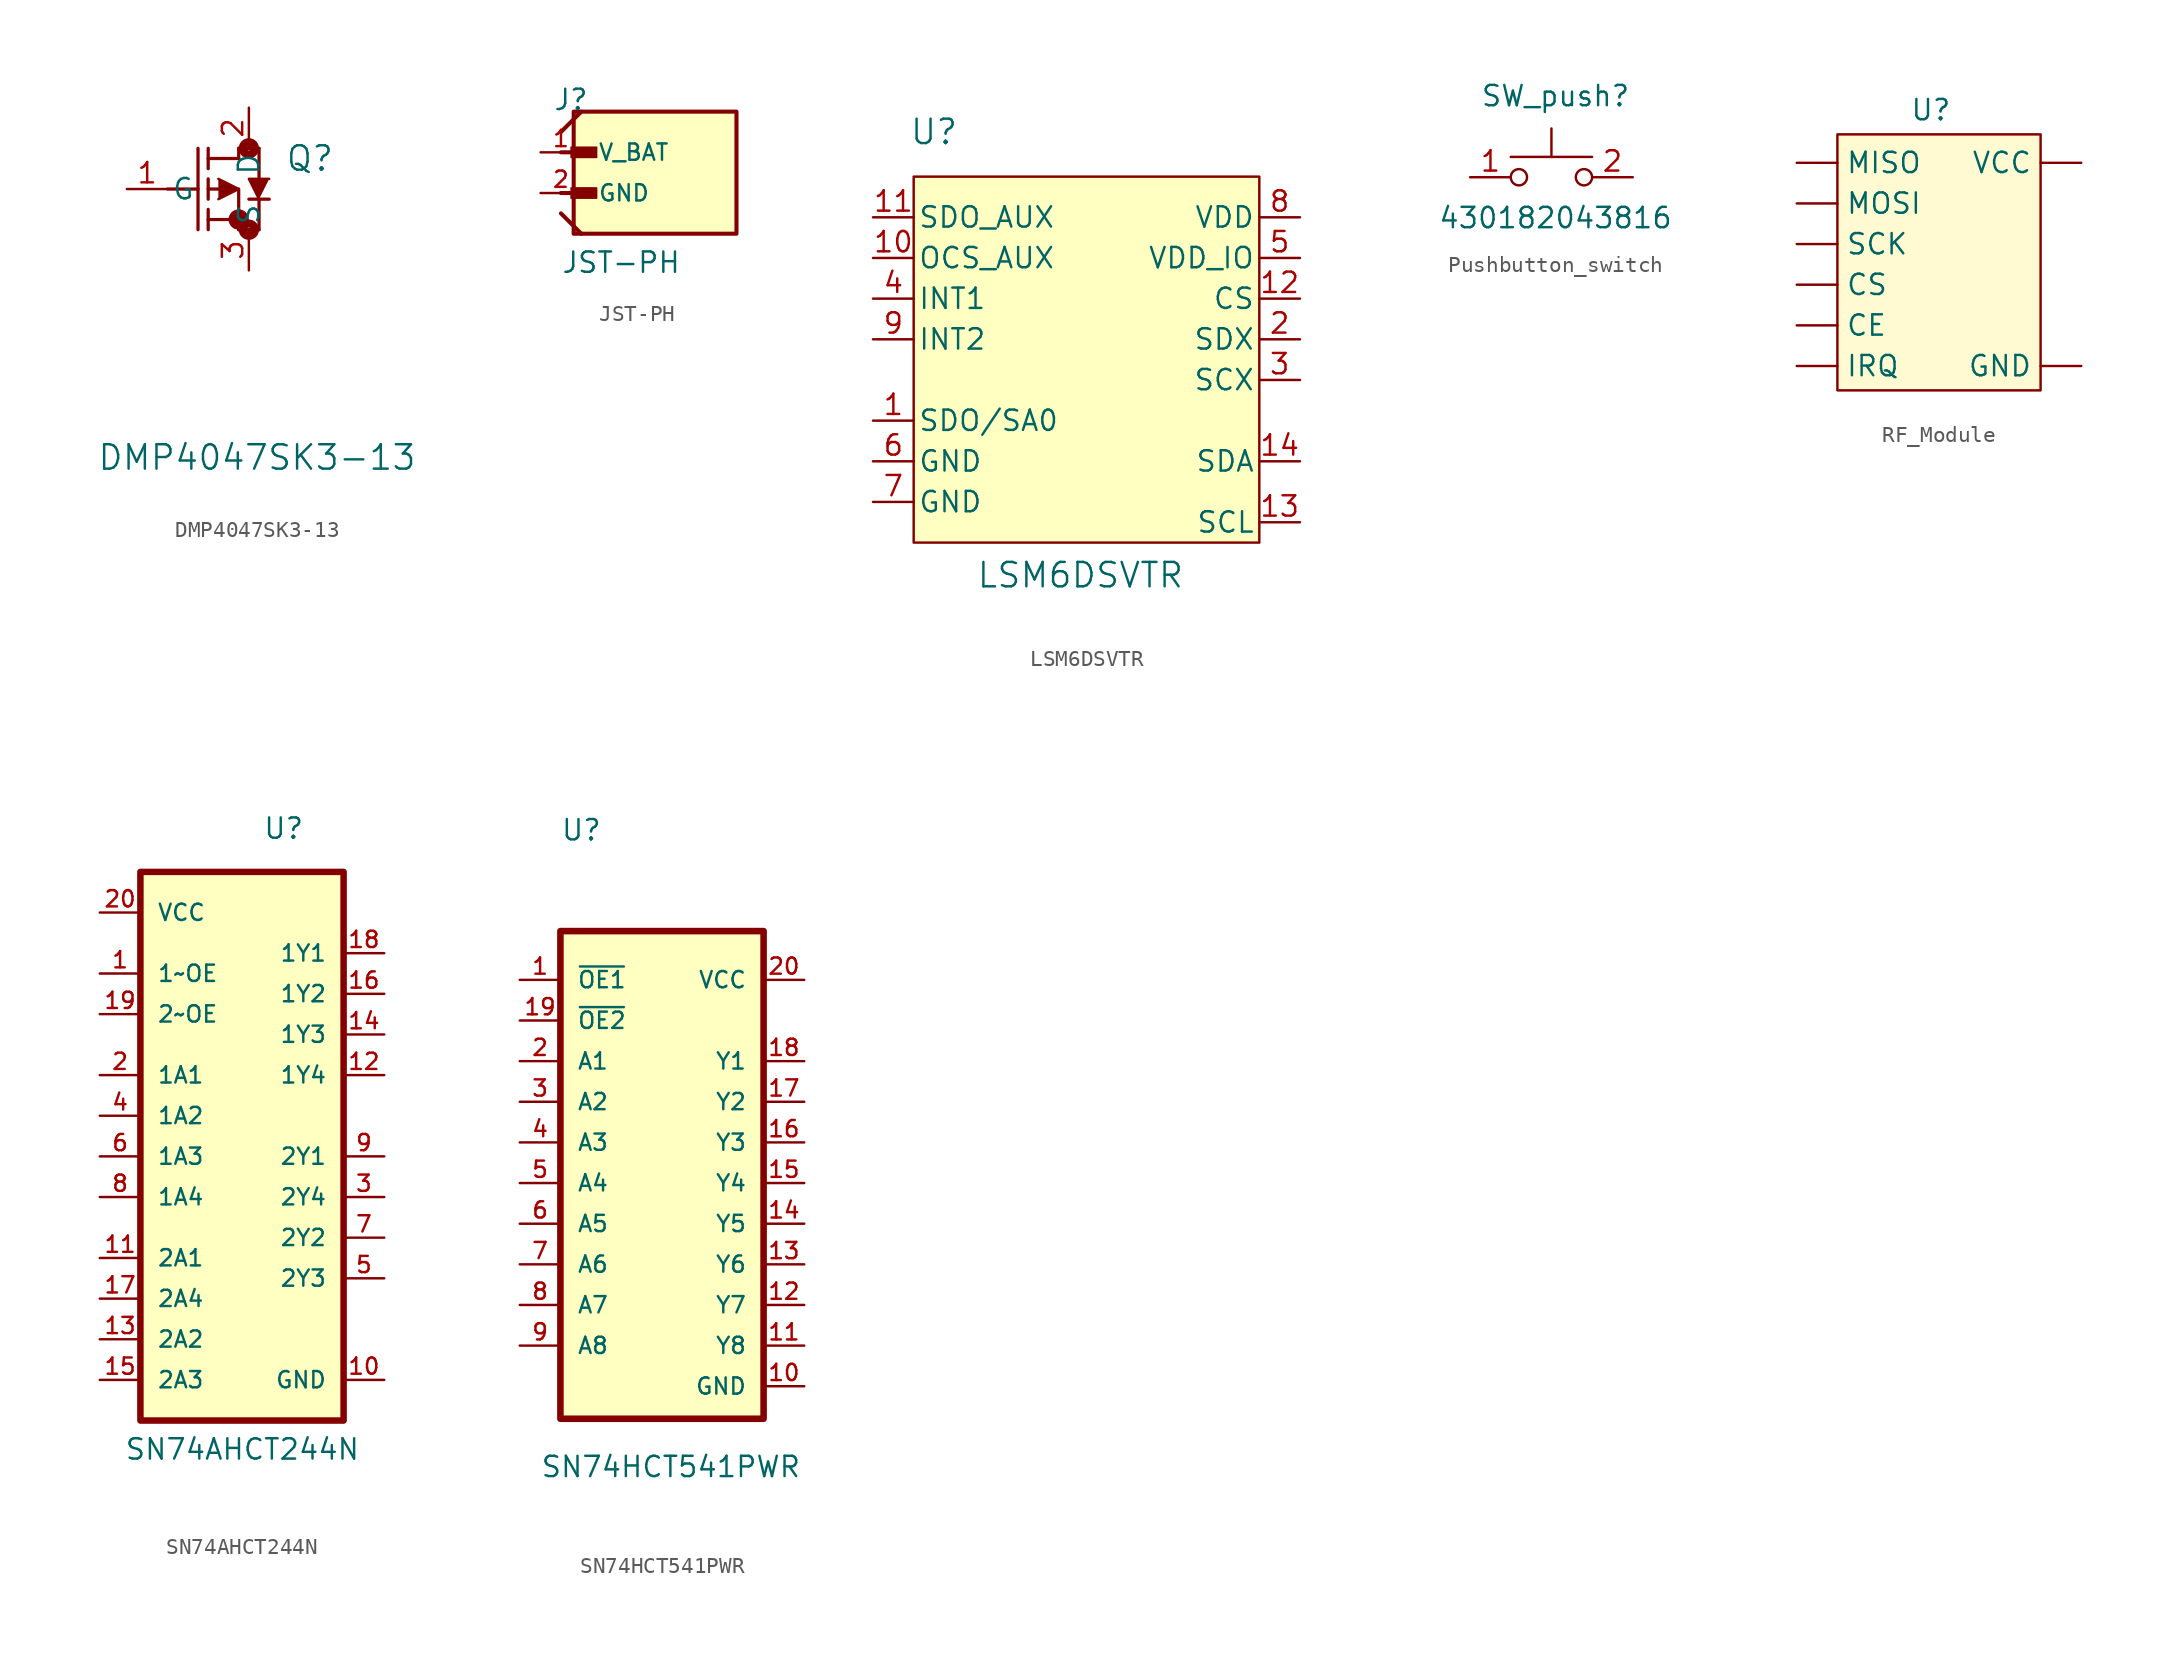
<source format=kicad_sym>
(kicad_symbol_lib
  (version 20241209)
  (generator "kicad_symbol_editor")
  (generator_version "9.0")
  (symbol "DMP4047SK3-13"
    (pin_names
      (offset 0.254))
    (property "Reference" "Q"
      (at 11.43 1.905 0)
      (effects (font (size 1.524 1.524))))
    (property "Value" "DMP4047SK3-13"
      (at 8.128 -16.764 0)
      (effects (font (size 1.524 1.524))))
    (symbol "DMP4047SK3-13_0_1"
      (polyline (pts (xy 2.54 0) (xy 4.445 0)) (stroke (width 0.203) (type default)) (fill (type none)))
      (polyline (pts (xy 4.445 -2.54) (xy 4.445 2.54)) (stroke (width 0.203) (type default)) (fill (type none)))
      (polyline (pts (xy 5.08 1.905) (xy 6.985 1.905)) (stroke (width 0.203) (type default)) (fill (type none)))
      (polyline (pts (xy 5.08 1.27) (xy 5.08 2.54)) (stroke (width 0.203) (type default)) (fill (type none)))
      (polyline (pts (xy 5.08 0) (xy 5.715 0)) (stroke (width 0.203) (type default)) (fill (type none)))
      (polyline (pts (xy 5.08 -0.635) (xy 5.08 0.635)) (stroke (width 0.203) (type default)) (fill (type none)))
      (polyline (pts (xy 5.08 -1.905) (xy 7.112 -1.905)) (stroke (width 0.203) (type default)) (fill (type none)))
      (polyline (pts (xy 5.08 -2.54) (xy 5.08 -1.27)) (stroke (width 0.203) (type default)) (fill (type none)))
      (polyline (pts (xy 5.715 0.635) (xy 6.985 0) (xy 5.715 -0.635)) (stroke (width 0) (type default)) (fill (type outline)))
      (polyline (pts (xy 6.985 2.54) (xy 8.255 2.54)) (stroke (width 0.203) (type default)) (fill (type none)))
      (polyline (pts (xy 6.985 1.905) (xy 6.985 2.54)) (stroke (width 0.203) (type default)) (fill (type none)))
      (circle (center 6.985 -1.905) (radius 0.127) (stroke (width 0.508) (type default)) (fill (type none)))
      (polyline (pts (xy 6.985 -2.54) (xy 6.985 0)) (stroke (width 0.203) (type default)) (fill (type none)))
      (polyline (pts (xy 6.985 -2.54) (xy 8.255 -2.54)) (stroke (width 0.203) (type default)) (fill (type none)))
      (circle (center 7.62 2.54) (radius 0.127) (stroke (width 0.508) (type default)) (fill (type none)))
      (circle (center 7.62 -2.54) (radius 0.127) (stroke (width 0.508) (type default)) (fill (type none)))
      (polyline (pts (xy 8.255 0.635) (xy 8.255 2.54)) (stroke (width 0.203) (type default)) (fill (type none)))
      (polyline (pts (xy 8.255 -2.54) (xy 8.255 -0.635)) (stroke (width 0.203) (type default)) (fill (type none)))
      (polyline (pts (xy 8.89 0.635) (xy 7.62 0.635) (xy 8.255 -0.635)) (stroke (width 0) (type default)) (fill (type outline)))
      (polyline (pts (xy 8.89 -0.635) (xy 7.62 -0.635)) (stroke (width 0.203) (type default)) (fill (type none))))
    (symbol "DMP4047SK3-13_1_1"
      (pin passive line (at 0 0 0) (length 2.54) (name "G" (effects (font (size 1.27 1.27)))) (number "1" (effects (font (size 1.27 1.27)))))
      (pin passive line (at 7.62 5.08 270) (length 2.54) (name "D" (effects (font (size 1.27 1.27)))) (number "2" (effects (font (size 1.27 1.27)))))
      (pin passive line (at 7.62 -5.08 90) (length 2.54) (name "S" (effects (font (size 1.27 1.27)))) (number "3" (effects (font (size 1.27 1.27)))))))
  (symbol "JST-PH"
    (pin_names
      (offset 1.016))
    (property "Reference" "J"
      (at -5.58 5.08 0)
      (effects (font (size 1.27 1.27)) (justify left bottom)))
    (property "Value" "JST-PH"
      (at -5.08 -5.08 0)
      (effects (font (size 1.27 1.27)) (justify left bottom)))
    (symbol "JST-PH_0_0"
      (polyline (pts (xy -5.08 3.81) (xy -3.81 5.08)) (stroke (width 0.254) (type default)) (fill (type none)))
      (polyline (pts (xy -5.08 2.54) (xy -3.175 2.54)) (stroke (width 0.254) (type default)) (fill (type none)))
      (polyline (pts (xy -5.08 0) (xy -3.175 0)) (stroke (width 0.254) (type default)) (fill (type none)))
      (polyline (pts (xy -5.08 -1.27) (xy -3.81 -2.54)) (stroke (width 0.254) (type default)) (fill (type none)))
      (rectangle (start -4.445 2.223) (end -2.857 2.857) (stroke (width 0.1) (type default)) (fill (type outline)))
      (rectangle (start -4.445 -0.318) (end -2.857 0.318) (stroke (width 0.1) (type default)) (fill (type outline)))
      (rectangle (start -4.286 -2.54) (end 5.874 5.08) (stroke (width 0.254) (type default)) (fill (type background)))
      (pin passive line (at -6.35 2.54 0) (length 2.54) (name "V_BAT" (effects (font (size 1.016 1.016)))) (number "1" (effects (font (size 1.016 1.016)))))
      (pin passive line (at -6.35 0 0) (length 2.54) (name "GND" (effects (font (size 1.016 1.016)))) (number "2" (effects (font (size 1.016 1.016)))))))
  (symbol "LSM6DSVTR"
    (pin_names
      (offset 0.254))
    (property "Reference" "U"
      (at 8.89 6.604 0)
      (effects (font (size 1.524 1.524))))
    (property "Value" "LSM6DSVTR"
      (at 18.034 -21.082 0)
      (effects (font (size 1.524 1.524))))
    (symbol "LSM6DSVTR_0_1"
      (pin power_in line (at 31.75 1.27 180) (length 2.54) (name "VDD" (effects (font (size 1.27 1.27)))) (number "8" (effects (font (size 1.27 1.27)))))
      (pin power_in line (at 31.75 -1.27 180) (length 2.54) (name "VDD_IO" (effects (font (size 1.27 1.27)))) (number "5" (effects (font (size 1.27 1.27))))))
    (symbol "LSM6DSVTR_1_1"
      (rectangle (start 7.62 3.81) (end 29.21 -19.05) (stroke (width 0) (type solid)) (fill (type color) (color 255 255 194 1)))
      (pin passive line (at 5.08 1.27 0) (length 2.54) (name "SDO_AUX" (effects (font (size 1.27 1.27)))) (number "11" (effects (font (size 1.27 1.27)))))
      (pin passive line (at 5.08 -1.27 0) (length 2.54) (name "OCS_AUX" (effects (font (size 1.27 1.27)))) (number "10" (effects (font (size 1.27 1.27)))))
      (pin output line (at 5.08 -3.81 0) (length 2.54) (name "INT1" (effects (font (size 1.27 1.27)))) (number "4" (effects (font (size 1.27 1.27)))))
      (pin output line (at 5.08 -6.35 0) (length 2.54) (name "INT2" (effects (font (size 1.27 1.27)))) (number "9" (effects (font (size 1.27 1.27)))))
      (pin passive line (at 5.08 -11.43 0) (length 2.54) (name "SDO/SA0" (effects (font (size 1.27 1.27)))) (number "1" (effects (font (size 1.27 1.27)))))
      (pin power_in line (at 5.08 -13.97 0) (length 2.54) (name "GND" (effects (font (size 1.27 1.27)))) (number "6" (effects (font (size 1.27 1.27)))))
      (pin power_in line (at 5.08 -16.51 0) (length 2.54) (name "GND" (effects (font (size 1.27 1.27)))) (number "7" (effects (font (size 1.27 1.27)))))
      (pin passive line (at 31.75 -3.81 180) (length 2.54) (name "CS" (effects (font (size 1.27 1.27)))) (number "12" (effects (font (size 1.27 1.27)))))
      (pin passive line (at 31.75 -6.35 180) (length 2.54) (name "SDX" (effects (font (size 1.27 1.27)))) (number "2" (effects (font (size 1.27 1.27)))))
      (pin passive line (at 31.75 -8.89 180) (length 2.54) (name "SCX" (effects (font (size 1.27 1.27)))) (number "3" (effects (font (size 1.27 1.27)))))
      (pin bidirectional line (at 31.75 -13.97 180) (length 2.54) (name "SDA" (effects (font (size 1.27 1.27)))) (number "14" (effects (font (size 1.27 1.27)))))
      (pin bidirectional line (at 31.75 -17.78 180) (length 2.54) (name "SCL" (effects (font (size 1.27 1.27)))) (number "13" (effects (font (size 1.27 1.27)))))))
  (symbol "Pushbutton_switch"
    (property "Reference" "SW_push"
      (at 0.254 7.62 0)
      (effects (font (size 1.27 1.27))))
    (property "Value" "430182043816"
      (at 0.254 0 0)
      (effects (font (size 1.27 1.27))))
    (symbol "Pushbutton_switch_0_1"
      (circle (center -2.032 2.54) (radius 0.508) (stroke (width 0) (type default)) (fill (type none)))
      (polyline (pts (xy 0 3.81) (xy 0 5.588)) (stroke (width 0) (type default)) (fill (type none)))
      (circle (center 2.032 2.54) (radius 0.508) (stroke (width 0) (type default)) (fill (type none)))
      (polyline (pts (xy 2.54 3.81) (xy -2.54 3.81)) (stroke (width 0) (type default)) (fill (type none))))
    (symbol "Pushbutton_switch_1_1"
      (pin passive line (at -5.08 2.54 0) (length 2.54) (name "" (effects (font (size 1.27 1.27)))) (number "1" (effects (font (size 1.27 1.27)))))
      (pin passive line (at 5.08 2.54 180) (length 2.54) (name "" (effects (font (size 1.27 1.27)))) (number "2" (effects (font (size 1.27 1.27)))))))
  (symbol "RF_Module"
    (property "Reference" "U"
      (at 2.032 -0.508 0)
      (effects (font (size 1.27 1.27))))
    (property "Value" ""
      (at 0 0 0)
      (effects (font (size 1.27 1.27))))
    (symbol "RF_Module_1_1"
      (rectangle (start -3.81 -2.032) (end 8.89 -18.034) (stroke (width 0) (type solid)) (fill (type color) (color 255 250 210 1)))
      (pin bidirectional line (at -6.35 -3.81 0) (length 2.54) (name "MISO" (effects (font (size 1.27 1.27)))) (number "" (effects (font (size 1.27 1.27)))))
      (pin bidirectional line (at -6.35 -6.35 0) (length 2.54) (name "MOSI" (effects (font (size 1.27 1.27)))) (number "" (effects (font (size 1.27 1.27)))))
      (pin bidirectional line (at -6.35 -8.89 0) (length 2.54) (name "SCK" (effects (font (size 1.27 1.27)))) (number "" (effects (font (size 1.27 1.27)))))
      (pin passive line (at -6.35 -11.43 0) (length 2.54) (name "CS" (effects (font (size 1.27 1.27)))) (number "" (effects (font (size 1.27 1.27)))))
      (pin passive line (at -6.35 -13.97 0) (length 2.54) (name "CE" (effects (font (size 1.27 1.27)))) (number "" (effects (font (size 1.27 1.27)))))
      (pin passive line (at -6.35 -16.51 0) (length 2.54) (name "IRQ" (effects (font (size 1.27 1.27)))) (number "" (effects (font (size 1.27 1.27)))))
      (pin power_in line (at 11.43 -3.81 180) (length 2.54) (name "VCC" (effects (font (size 1.27 1.27)))) (number "" (effects (font (size 1.27 1.27)))))
      (pin power_in line (at 11.43 -16.51 180) (length 2.54) (name "GND" (effects (font (size 1.27 1.27)))) (number "" (effects (font (size 1.27 1.27)))))))
  (symbol "SN74AHCT244N"
    (pin_names
      (offset 1.016))
    (property "Reference" "U"
      (at -5.058 22.292 0)
      (effects (font (size 1.27 1.27)) (justify left bottom)))
    (property "Value" "SN74AHCT244N"
      (at -13.716 -16.51 0)
      (effects (font (size 1.27 1.27)) (justify left bottom)))
    (symbol "SN74AHCT244N_0_0"
      (rectangle (start -12.7 20.32) (end 0 -13.97) (stroke (width 0.406) (type default)) (fill (type background)))
      (pin power_in line (at -15.24 17.78 0) (length 2.54) (name "VCC" (effects (font (size 1.016 1.016)))) (number "20" (effects (font (size 1.016 1.016)))))
      (pin input line (at -15.24 13.97 0) (length 2.54) (name "1~OE" (effects (font (size 1.016 1.016)))) (number "1" (effects (font (size 1.016 1.016)))))
      (pin input line (at -15.24 11.43 0) (length 2.54) (name "2~OE" (effects (font (size 1.016 1.016)))) (number "19" (effects (font (size 1.016 1.016)))))
      (pin input line (at -15.24 7.62 0) (length 2.54) (name "1A1" (effects (font (size 1.016 1.016)))) (number "2" (effects (font (size 1.016 1.016)))))
      (pin input line (at -15.24 5.08 0) (length 2.54) (name "1A2" (effects (font (size 1.016 1.016)))) (number "4" (effects (font (size 1.016 1.016)))))
      (pin input line (at -15.24 2.54 0) (length 2.54) (name "1A3" (effects (font (size 1.016 1.016)))) (number "6" (effects (font (size 1.016 1.016)))))
      (pin input line (at -15.24 0 0) (length 2.54) (name "1A4" (effects (font (size 1.016 1.016)))) (number "8" (effects (font (size 1.016 1.016)))))
      (pin input line (at -15.24 -3.81 0) (length 2.54) (name "2A1" (effects (font (size 1.016 1.016)))) (number "11" (effects (font (size 1.016 1.016)))))
      (pin input line (at -15.24 -6.35 0) (length 2.54) (name "2A4" (effects (font (size 1.016 1.016)))) (number "17" (effects (font (size 1.016 1.016)))))
      (pin input line (at -15.24 -8.89 0) (length 2.54) (name "2A2" (effects (font (size 1.016 1.016)))) (number "13" (effects (font (size 1.016 1.016)))))
      (pin input line (at -15.24 -11.43 0) (length 2.54) (name "2A3" (effects (font (size 1.016 1.016)))) (number "15" (effects (font (size 1.016 1.016)))))
      (pin output line (at 2.54 15.24 180) (length 2.54) (name "1Y1" (effects (font (size 1.016 1.016)))) (number "18" (effects (font (size 1.016 1.016)))))
      (pin output line (at 2.54 12.7 180) (length 2.54) (name "1Y2" (effects (font (size 1.016 1.016)))) (number "16" (effects (font (size 1.016 1.016)))))
      (pin output line (at 2.54 10.16 180) (length 2.54) (name "1Y3" (effects (font (size 1.016 1.016)))) (number "14" (effects (font (size 1.016 1.016)))))
      (pin output line (at 2.54 7.62 180) (length 2.54) (name "1Y4" (effects (font (size 1.016 1.016)))) (number "12" (effects (font (size 1.016 1.016)))))
      (pin output line (at 2.54 2.54 180) (length 2.54) (name "2Y1" (effects (font (size 1.016 1.016)))) (number "9" (effects (font (size 1.016 1.016)))))
      (pin output line (at 2.54 0 180) (length 2.54) (name "2Y4" (effects (font (size 1.016 1.016)))) (number "3" (effects (font (size 1.016 1.016)))))
      (pin output line (at 2.54 -2.54 180) (length 2.54) (name "2Y2" (effects (font (size 1.016 1.016)))) (number "7" (effects (font (size 1.016 1.016)))))
      (pin output line (at 2.54 -5.08 180) (length 2.54) (name "2Y3" (effects (font (size 1.016 1.016)))) (number "5" (effects (font (size 1.016 1.016))))))
    (symbol "SN74AHCT244N_1_0"
      (pin power_in line (at 2.54 -11.43 180) (length 2.54) (name "GND" (effects (font (size 1.016 1.016)))) (number "10" (effects (font (size 1.016 1.016)))))))
  (symbol "SN74HCT541PWR"
    (pin_names
      (offset 1.016))
    (property "Reference" "U"
      (at -12.7 21.32 0)
      (effects (font (size 1.27 1.27)) (justify left bottom)))
    (property "Value" "SN74HCT541PWR"
      (at -13.97 -18.478 0)
      (effects (font (size 1.27 1.27)) (justify left bottom)))
    (symbol "SN74HCT541PWR_0_0"
      (rectangle (start -12.7 15.748) (end 0 -14.732) (stroke (width 0.41) (type default)) (fill (type background)))
      (pin input line (at -15.24 12.7 0) (length 2.54) (name "~{OE1}" (effects (font (size 1.016 1.016)))) (number "1" (effects (font (size 1.016 1.016)))))
      (pin input line (at -15.24 10.16 0) (length 2.54) (name "~{OE2}" (effects (font (size 1.016 1.016)))) (number "19" (effects (font (size 1.016 1.016)))))
      (pin input line (at -15.24 7.62 0) (length 2.54) (name "A1" (effects (font (size 1.016 1.016)))) (number "2" (effects (font (size 1.016 1.016)))))
      (pin input line (at -15.24 5.08 0) (length 2.54) (name "A2" (effects (font (size 1.016 1.016)))) (number "3" (effects (font (size 1.016 1.016)))))
      (pin input line (at -15.24 2.54 0) (length 2.54) (name "A3" (effects (font (size 1.016 1.016)))) (number "4" (effects (font (size 1.016 1.016)))))
      (pin input line (at -15.24 0 0) (length 2.54) (name "A4" (effects (font (size 1.016 1.016)))) (number "5" (effects (font (size 1.016 1.016)))))
      (pin input line (at -15.24 -2.54 0) (length 2.54) (name "A5" (effects (font (size 1.016 1.016)))) (number "6" (effects (font (size 1.016 1.016)))))
      (pin input line (at -15.24 -5.08 0) (length 2.54) (name "A6" (effects (font (size 1.016 1.016)))) (number "7" (effects (font (size 1.016 1.016)))))
      (pin input line (at -15.24 -7.62 0) (length 2.54) (name "A7" (effects (font (size 1.016 1.016)))) (number "8" (effects (font (size 1.016 1.016)))))
      (pin input line (at -15.24 -10.16 0) (length 2.54) (name "A8" (effects (font (size 1.016 1.016)))) (number "9" (effects (font (size 1.016 1.016)))))
      (pin power_in line (at 2.54 12.7 180) (length 2.54) (name "VCC" (effects (font (size 1.016 1.016)))) (number "20" (effects (font (size 1.016 1.016)))))
      (pin output line (at 2.54 7.62 180) (length 2.54) (name "Y1" (effects (font (size 1.016 1.016)))) (number "18" (effects (font (size 1.016 1.016)))))
      (pin output line (at 2.54 5.08 180) (length 2.54) (name "Y2" (effects (font (size 1.016 1.016)))) (number "17" (effects (font (size 1.016 1.016)))))
      (pin output line (at 2.54 2.54 180) (length 2.54) (name "Y3" (effects (font (size 1.016 1.016)))) (number "16" (effects (font (size 1.016 1.016)))))
      (pin output line (at 2.54 0 180) (length 2.54) (name "Y4" (effects (font (size 1.016 1.016)))) (number "15" (effects (font (size 1.016 1.016)))))
      (pin output line (at 2.54 -2.54 180) (length 2.54) (name "Y5" (effects (font (size 1.016 1.016)))) (number "14" (effects (font (size 1.016 1.016)))))
      (pin output line (at 2.54 -5.08 180) (length 2.54) (name "Y6" (effects (font (size 1.016 1.016)))) (number "13" (effects (font (size 1.016 1.016)))))
      (pin output line (at 2.54 -7.62 180) (length 2.54) (name "Y7" (effects (font (size 1.016 1.016)))) (number "12" (effects (font (size 1.016 1.016)))))
      (pin output line (at 2.54 -10.16 180) (length 2.54) (name "Y8" (effects (font (size 1.016 1.016)))) (number "11" (effects (font (size 1.016 1.016)))))
      (pin input line (at 2.54 -12.7 180) (length 2.54) (name "GND" (effects (font (size 1.016 1.016)))) (number "10" (effects (font (size 1.016 1.016))))))))
</source>
